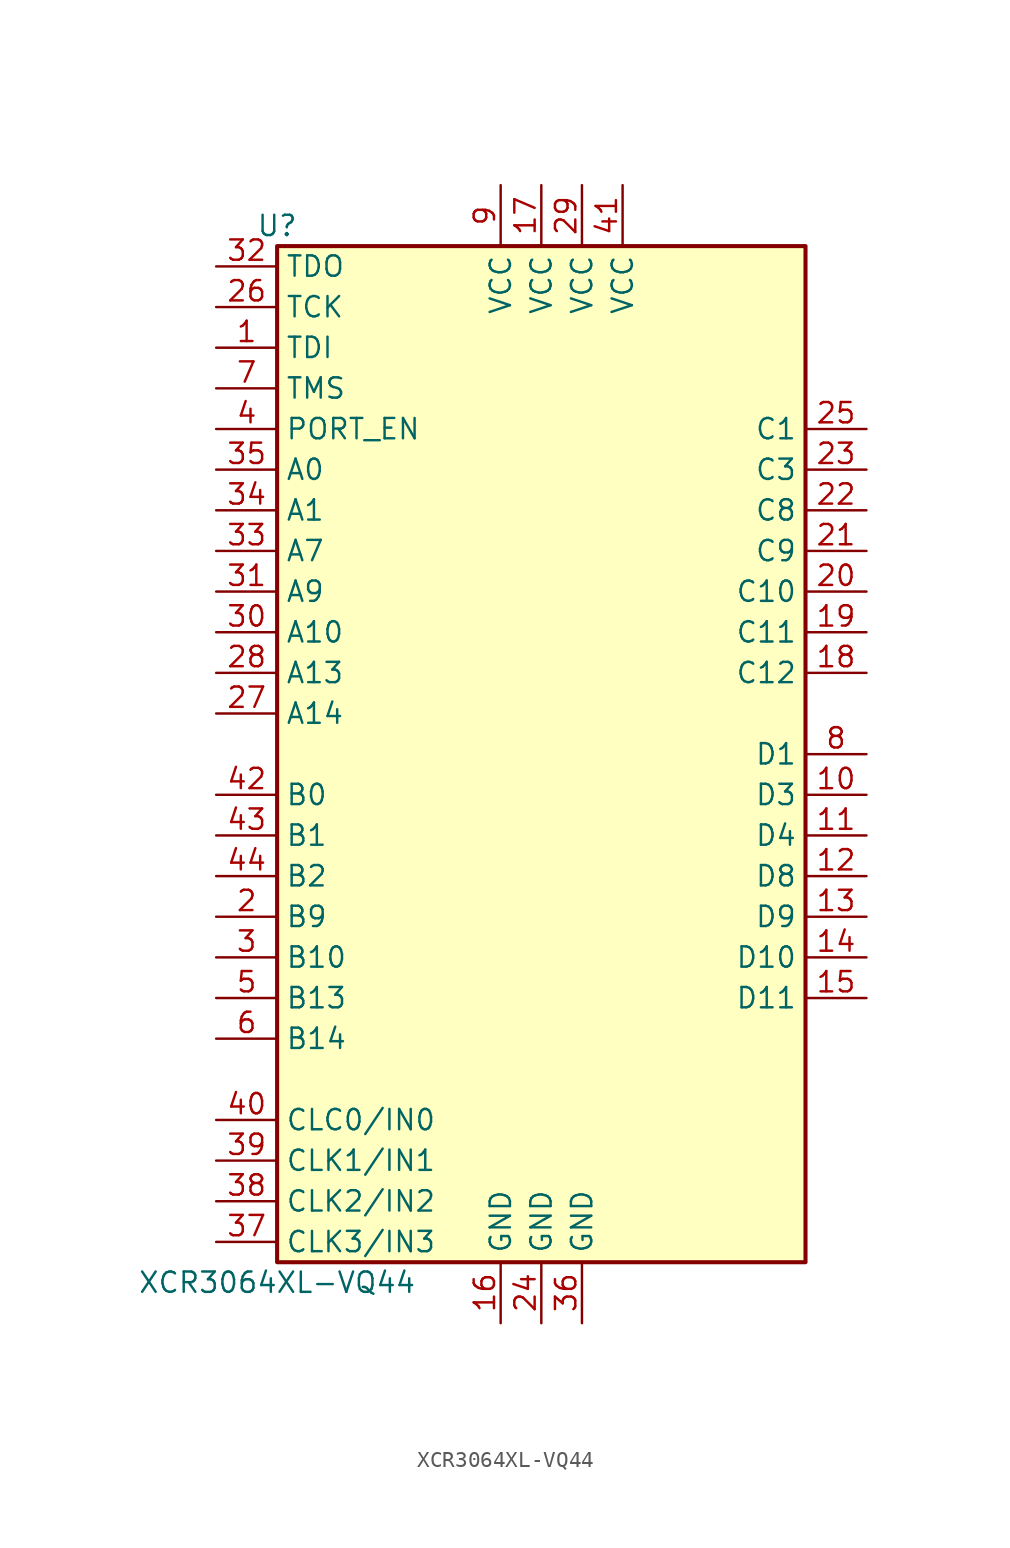
<source format=kicad_sym>
(kicad_symbol_lib
  (version 20201005)
  (generator kicad_symbol_editor)
  (symbol "XCR3064XL-VQ44"
    (property "Reference" "U"
      (at -16.51 33.02 0)
      (effects (font (size 1.27 1.27))))
    (property "Value" "XCR3064XL-VQ44"
      (at -16.51 -33.02 0)
      (effects (font (size 1.27 1.27))))
    (symbol "XCR3064XL-VQ44_1_1"
      (rectangle (start -16.51 31.75) (end 16.51 -31.75) (stroke (width 0.254)) (fill (type background)))
      (pin passive line (at -20.32 25.4 0) (length 3.81) (name "TDI" (effects (font (size 1.27 1.27)))) (number "1" (effects (font (size 1.27 1.27)))))
      (pin passive line (at -20.32 -10.16 0) (length 3.81) (name "B9" (effects (font (size 1.27 1.27)))) (number "2" (effects (font (size 1.27 1.27)))))
      (pin passive line (at -20.32 -12.7 0) (length 3.81) (name "B10" (effects (font (size 1.27 1.27)))) (number "3" (effects (font (size 1.27 1.27)))))
      (pin passive line (at -20.32 20.32 0) (length 3.81) (name "PORT_EN" (effects (font (size 1.27 1.27)))) (number "4" (effects (font (size 1.27 1.27)))))
      (pin passive line (at -20.32 -15.24 0) (length 3.81) (name "B13" (effects (font (size 1.27 1.27)))) (number "5" (effects (font (size 1.27 1.27)))))
      (pin passive line (at -20.32 -17.78 0) (length 3.81) (name "B14" (effects (font (size 1.27 1.27)))) (number "6" (effects (font (size 1.27 1.27)))))
      (pin passive line (at -20.32 22.86 0) (length 3.81) (name "TMS" (effects (font (size 1.27 1.27)))) (number "7" (effects (font (size 1.27 1.27)))))
      (pin passive line (at 20.32 0 180) (length 3.81) (name "D1" (effects (font (size 1.27 1.27)))) (number "8" (effects (font (size 1.27 1.27)))))
      (pin power_in line (at -2.54 35.56 270) (length 3.81) (name "VCC" (effects (font (size 1.27 1.27)))) (number "9" (effects (font (size 1.27 1.27)))))
      (pin passive line (at 20.32 -2.54 180) (length 3.81) (name "D3" (effects (font (size 1.27 1.27)))) (number "10" (effects (font (size 1.27 1.27)))))
      (pin passive line (at 20.32 10.16 180) (length 3.81) (name "C10" (effects (font (size 1.27 1.27)))) (number "20" (effects (font (size 1.27 1.27)))))
      (pin passive line (at -20.32 7.62 0) (length 3.81) (name "A10" (effects (font (size 1.27 1.27)))) (number "30" (effects (font (size 1.27 1.27)))))
      (pin input line (at -20.32 -22.86 0) (length 3.81) (name "CLC0/IN0" (effects (font (size 1.27 1.27)))) (number "40" (effects (font (size 1.27 1.27)))))
      (pin passive line (at 20.32 -5.08 180) (length 3.81) (name "D4" (effects (font (size 1.27 1.27)))) (number "11" (effects (font (size 1.27 1.27)))))
      (pin passive line (at 20.32 12.7 180) (length 3.81) (name "C9" (effects (font (size 1.27 1.27)))) (number "21" (effects (font (size 1.27 1.27)))))
      (pin passive line (at -20.32 10.16 0) (length 3.81) (name "A9" (effects (font (size 1.27 1.27)))) (number "31" (effects (font (size 1.27 1.27)))))
      (pin power_in line (at 5.08 35.56 270) (length 3.81) (name "VCC" (effects (font (size 1.27 1.27)))) (number "41" (effects (font (size 1.27 1.27)))))
      (pin passive line (at 20.32 -7.62 180) (length 3.81) (name "D8" (effects (font (size 1.27 1.27)))) (number "12" (effects (font (size 1.27 1.27)))))
      (pin passive line (at 20.32 15.24 180) (length 3.81) (name "C8" (effects (font (size 1.27 1.27)))) (number "22" (effects (font (size 1.27 1.27)))))
      (pin passive line (at -20.32 30.48 0) (length 3.81) (name "TDO" (effects (font (size 1.27 1.27)))) (number "32" (effects (font (size 1.27 1.27)))))
      (pin passive line (at -20.32 -2.54 0) (length 3.81) (name "B0" (effects (font (size 1.27 1.27)))) (number "42" (effects (font (size 1.27 1.27)))))
      (pin passive line (at 20.32 -10.16 180) (length 3.81) (name "D9" (effects (font (size 1.27 1.27)))) (number "13" (effects (font (size 1.27 1.27)))))
      (pin passive line (at 20.32 17.78 180) (length 3.81) (name "C3" (effects (font (size 1.27 1.27)))) (number "23" (effects (font (size 1.27 1.27)))))
      (pin passive line (at -20.32 12.7 0) (length 3.81) (name "A7" (effects (font (size 1.27 1.27)))) (number "33" (effects (font (size 1.27 1.27)))))
      (pin passive line (at -20.32 -5.08 0) (length 3.81) (name "B1" (effects (font (size 1.27 1.27)))) (number "43" (effects (font (size 1.27 1.27)))))
      (pin passive line (at 20.32 -12.7 180) (length 3.81) (name "D10" (effects (font (size 1.27 1.27)))) (number "14" (effects (font (size 1.27 1.27)))))
      (pin power_in line (at 0 -35.56 90) (length 3.81) (name "GND" (effects (font (size 1.27 1.27)))) (number "24" (effects (font (size 1.27 1.27)))))
      (pin passive line (at -20.32 15.24 0) (length 3.81) (name "A1" (effects (font (size 1.27 1.27)))) (number "34" (effects (font (size 1.27 1.27)))))
      (pin passive line (at -20.32 -7.62 0) (length 3.81) (name "B2" (effects (font (size 1.27 1.27)))) (number "44" (effects (font (size 1.27 1.27)))))
      (pin passive line (at 20.32 -15.24 180) (length 3.81) (name "D11" (effects (font (size 1.27 1.27)))) (number "15" (effects (font (size 1.27 1.27)))))
      (pin passive line (at 20.32 20.32 180) (length 3.81) (name "C1" (effects (font (size 1.27 1.27)))) (number "25" (effects (font (size 1.27 1.27)))))
      (pin passive line (at -20.32 17.78 0) (length 3.81) (name "A0" (effects (font (size 1.27 1.27)))) (number "35" (effects (font (size 1.27 1.27)))))
      (pin power_in line (at -2.54 -35.56 90) (length 3.81) (name "GND" (effects (font (size 1.27 1.27)))) (number "16" (effects (font (size 1.27 1.27)))))
      (pin passive line (at -20.32 27.94 0) (length 3.81) (name "TCK" (effects (font (size 1.27 1.27)))) (number "26" (effects (font (size 1.27 1.27)))))
      (pin power_in line (at 2.54 -35.56 90) (length 3.81) (name "GND" (effects (font (size 1.27 1.27)))) (number "36" (effects (font (size 1.27 1.27)))))
      (pin power_in line (at 0 35.56 270) (length 3.81) (name "VCC" (effects (font (size 1.27 1.27)))) (number "17" (effects (font (size 1.27 1.27)))))
      (pin passive line (at -20.32 2.54 0) (length 3.81) (name "A14" (effects (font (size 1.27 1.27)))) (number "27" (effects (font (size 1.27 1.27)))))
      (pin input line (at -20.32 -30.48 0) (length 3.81) (name "CLK3/IN3" (effects (font (size 1.27 1.27)))) (number "37" (effects (font (size 1.27 1.27)))))
      (pin passive line (at 20.32 5.08 180) (length 3.81) (name "C12" (effects (font (size 1.27 1.27)))) (number "18" (effects (font (size 1.27 1.27)))))
      (pin passive line (at -20.32 5.08 0) (length 3.81) (name "A13" (effects (font (size 1.27 1.27)))) (number "28" (effects (font (size 1.27 1.27)))))
      (pin input line (at -20.32 -27.94 0) (length 3.81) (name "CLK2/IN2" (effects (font (size 1.27 1.27)))) (number "38" (effects (font (size 1.27 1.27)))))
      (pin passive line (at 20.32 7.62 180) (length 3.81) (name "C11" (effects (font (size 1.27 1.27)))) (number "19" (effects (font (size 1.27 1.27)))))
      (pin power_in line (at 2.54 35.56 270) (length 3.81) (name "VCC" (effects (font (size 1.27 1.27)))) (number "29" (effects (font (size 1.27 1.27)))))
      (pin input line (at -20.32 -25.4 0) (length 3.81) (name "CLK1/IN1" (effects (font (size 1.27 1.27)))) (number "39" (effects (font (size 1.27 1.27))))))))
</source>
